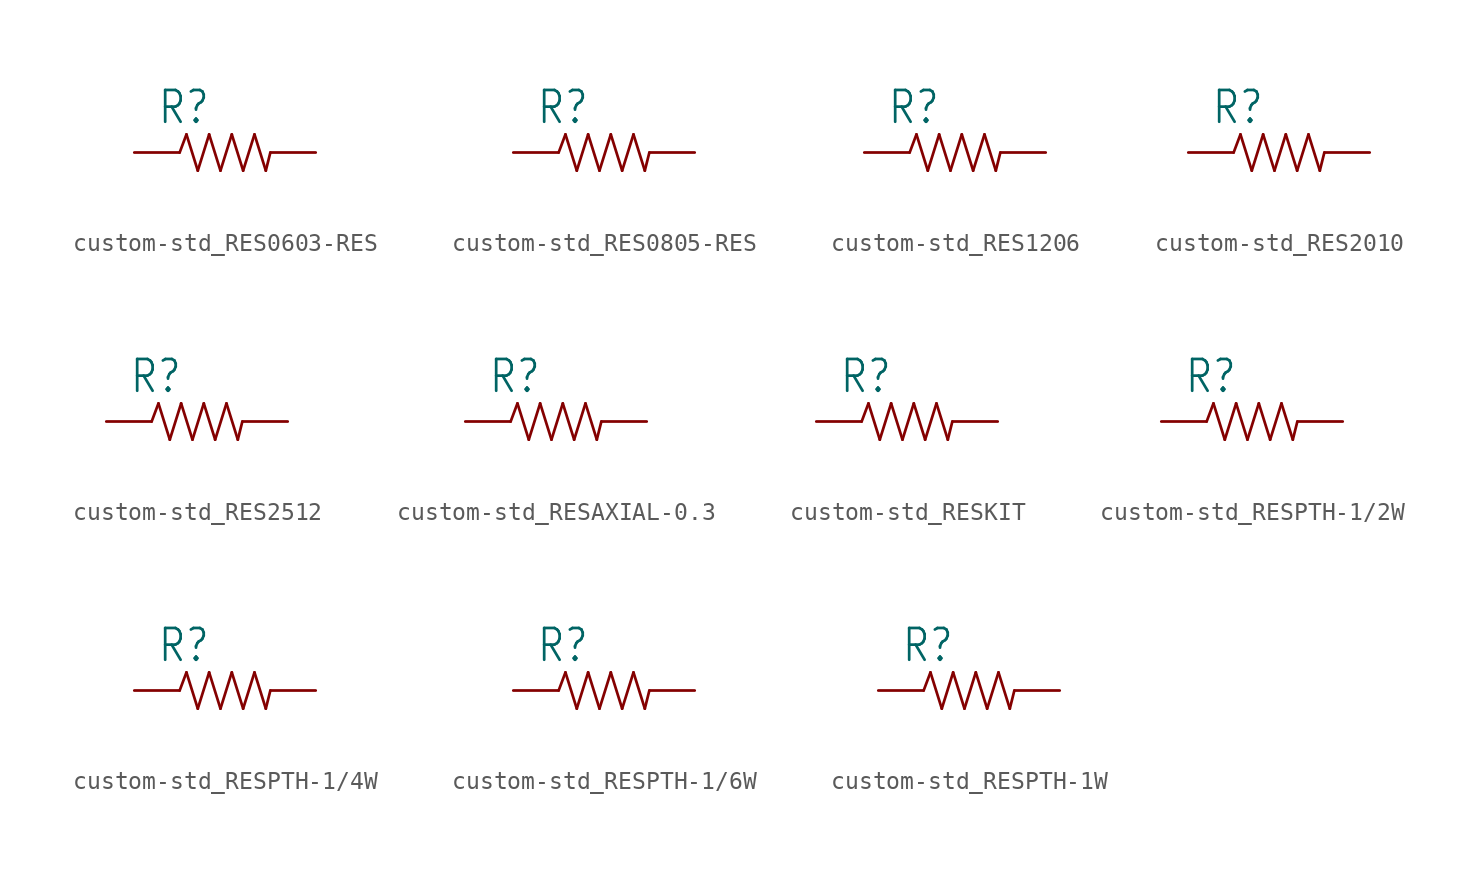
<source format=kicad_sym>
(kicad_symbol_lib
  (version 20220914)
  (generator kicad_symbol_editor)
  (symbol "custom-std_RES0603-RES"
    (property "Reference" "R"
      (at -3.81 1.499 0)
      (effects (font (size 1.778 1.511)) (justify left bottom)))
    (property "Value" ""
      (at -3.81 -3.302 0)
      (effects (font (size 1.778 1.511)) (justify left bottom)))
    (property "ki_locked" ""
      (at 0 0 0)
      (effects (font (size 1.27 1.27))))
    (symbol "custom-std_RES0603-RES_1_0"
      (polyline (pts (xy -2.54 0) (xy -2.159 1.016)) (stroke (width 0.152) (type solid)) (fill (type none)))
      (polyline (pts (xy -2.159 1.016) (xy -1.524 -1.016)) (stroke (width 0.152) (type solid)) (fill (type none)))
      (polyline (pts (xy -1.524 -1.016) (xy -0.889 1.016)) (stroke (width 0.152) (type solid)) (fill (type none)))
      (polyline (pts (xy -0.889 1.016) (xy -0.254 -1.016)) (stroke (width 0.152) (type solid)) (fill (type none)))
      (polyline (pts (xy -0.254 -1.016) (xy 0.381 1.016)) (stroke (width 0.152) (type solid)) (fill (type none)))
      (polyline (pts (xy 0.381 1.016) (xy 1.016 -1.016)) (stroke (width 0.152) (type solid)) (fill (type none)))
      (polyline (pts (xy 1.016 -1.016) (xy 1.651 1.016)) (stroke (width 0.152) (type solid)) (fill (type none)))
      (polyline (pts (xy 1.651 1.016) (xy 2.286 -1.016)) (stroke (width 0.152) (type solid)) (fill (type none)))
      (polyline (pts (xy 2.286 -1.016) (xy 2.54 0)) (stroke (width 0.152) (type solid)) (fill (type none)))
      (pin passive line (at -5.08 0 0) (length 2.54) (name "1" (effects (font (size 0 0)))) (number "1" (effects (font (size 0 0)))))
      (pin passive line (at 5.08 0 180) (length 2.54) (name "2" (effects (font (size 0 0)))) (number "2" (effects (font (size 0 0)))))))
  (symbol "custom-std_RES0805-RES"
    (property "Reference" "R"
      (at -3.81 1.499 0)
      (effects (font (size 1.778 1.511)) (justify left bottom)))
    (property "Value" ""
      (at -3.81 -3.302 0)
      (effects (font (size 1.778 1.511)) (justify left bottom)))
    (property "ki_locked" ""
      (at 0 0 0)
      (effects (font (size 1.27 1.27))))
    (symbol "custom-std_RES0805-RES_1_0"
      (polyline (pts (xy -2.54 0) (xy -2.159 1.016)) (stroke (width 0.152) (type solid)) (fill (type none)))
      (polyline (pts (xy -2.159 1.016) (xy -1.524 -1.016)) (stroke (width 0.152) (type solid)) (fill (type none)))
      (polyline (pts (xy -1.524 -1.016) (xy -0.889 1.016)) (stroke (width 0.152) (type solid)) (fill (type none)))
      (polyline (pts (xy -0.889 1.016) (xy -0.254 -1.016)) (stroke (width 0.152) (type solid)) (fill (type none)))
      (polyline (pts (xy -0.254 -1.016) (xy 0.381 1.016)) (stroke (width 0.152) (type solid)) (fill (type none)))
      (polyline (pts (xy 0.381 1.016) (xy 1.016 -1.016)) (stroke (width 0.152) (type solid)) (fill (type none)))
      (polyline (pts (xy 1.016 -1.016) (xy 1.651 1.016)) (stroke (width 0.152) (type solid)) (fill (type none)))
      (polyline (pts (xy 1.651 1.016) (xy 2.286 -1.016)) (stroke (width 0.152) (type solid)) (fill (type none)))
      (polyline (pts (xy 2.286 -1.016) (xy 2.54 0)) (stroke (width 0.152) (type solid)) (fill (type none)))
      (pin passive line (at -5.08 0 0) (length 2.54) (name "1" (effects (font (size 0 0)))) (number "1" (effects (font (size 0 0)))))
      (pin passive line (at 5.08 0 180) (length 2.54) (name "2" (effects (font (size 0 0)))) (number "2" (effects (font (size 0 0)))))))
  (symbol "custom-std_RES1206"
    (property "Reference" "R"
      (at -3.81 1.499 0)
      (effects (font (size 1.778 1.511)) (justify left bottom)))
    (property "Value" ""
      (at -3.81 -3.302 0)
      (effects (font (size 1.778 1.511)) (justify left bottom)))
    (property "ki_locked" ""
      (at 0 0 0)
      (effects (font (size 1.27 1.27))))
    (symbol "custom-std_RES1206_1_0"
      (polyline (pts (xy -2.54 0) (xy -2.159 1.016)) (stroke (width 0.152) (type solid)) (fill (type none)))
      (polyline (pts (xy -2.159 1.016) (xy -1.524 -1.016)) (stroke (width 0.152) (type solid)) (fill (type none)))
      (polyline (pts (xy -1.524 -1.016) (xy -0.889 1.016)) (stroke (width 0.152) (type solid)) (fill (type none)))
      (polyline (pts (xy -0.889 1.016) (xy -0.254 -1.016)) (stroke (width 0.152) (type solid)) (fill (type none)))
      (polyline (pts (xy -0.254 -1.016) (xy 0.381 1.016)) (stroke (width 0.152) (type solid)) (fill (type none)))
      (polyline (pts (xy 0.381 1.016) (xy 1.016 -1.016)) (stroke (width 0.152) (type solid)) (fill (type none)))
      (polyline (pts (xy 1.016 -1.016) (xy 1.651 1.016)) (stroke (width 0.152) (type solid)) (fill (type none)))
      (polyline (pts (xy 1.651 1.016) (xy 2.286 -1.016)) (stroke (width 0.152) (type solid)) (fill (type none)))
      (polyline (pts (xy 2.286 -1.016) (xy 2.54 0)) (stroke (width 0.152) (type solid)) (fill (type none)))
      (pin passive line (at -5.08 0 0) (length 2.54) (name "1" (effects (font (size 0 0)))) (number "1" (effects (font (size 0 0)))))
      (pin passive line (at 5.08 0 180) (length 2.54) (name "2" (effects (font (size 0 0)))) (number "2" (effects (font (size 0 0)))))))
  (symbol "custom-std_RES2010"
    (property "Reference" "R"
      (at -3.81 1.499 0)
      (effects (font (size 1.778 1.511)) (justify left bottom)))
    (property "Value" ""
      (at -3.81 -3.302 0)
      (effects (font (size 1.778 1.511)) (justify left bottom)))
    (property "ki_locked" ""
      (at 0 0 0)
      (effects (font (size 1.27 1.27))))
    (symbol "custom-std_RES2010_1_0"
      (polyline (pts (xy -2.54 0) (xy -2.159 1.016)) (stroke (width 0.152) (type solid)) (fill (type none)))
      (polyline (pts (xy -2.159 1.016) (xy -1.524 -1.016)) (stroke (width 0.152) (type solid)) (fill (type none)))
      (polyline (pts (xy -1.524 -1.016) (xy -0.889 1.016)) (stroke (width 0.152) (type solid)) (fill (type none)))
      (polyline (pts (xy -0.889 1.016) (xy -0.254 -1.016)) (stroke (width 0.152) (type solid)) (fill (type none)))
      (polyline (pts (xy -0.254 -1.016) (xy 0.381 1.016)) (stroke (width 0.152) (type solid)) (fill (type none)))
      (polyline (pts (xy 0.381 1.016) (xy 1.016 -1.016)) (stroke (width 0.152) (type solid)) (fill (type none)))
      (polyline (pts (xy 1.016 -1.016) (xy 1.651 1.016)) (stroke (width 0.152) (type solid)) (fill (type none)))
      (polyline (pts (xy 1.651 1.016) (xy 2.286 -1.016)) (stroke (width 0.152) (type solid)) (fill (type none)))
      (polyline (pts (xy 2.286 -1.016) (xy 2.54 0)) (stroke (width 0.152) (type solid)) (fill (type none)))
      (pin passive line (at -5.08 0 0) (length 2.54) (name "1" (effects (font (size 0 0)))) (number "1" (effects (font (size 0 0)))))
      (pin passive line (at 5.08 0 180) (length 2.54) (name "2" (effects (font (size 0 0)))) (number "2" (effects (font (size 0 0)))))))
  (symbol "custom-std_RES2512"
    (property "Reference" "R"
      (at -3.81 1.499 0)
      (effects (font (size 1.778 1.511)) (justify left bottom)))
    (property "Value" ""
      (at -3.81 -3.302 0)
      (effects (font (size 1.778 1.511)) (justify left bottom)))
    (property "ki_locked" ""
      (at 0 0 0)
      (effects (font (size 1.27 1.27))))
    (symbol "custom-std_RES2512_1_0"
      (polyline (pts (xy -2.54 0) (xy -2.159 1.016)) (stroke (width 0.152) (type solid)) (fill (type none)))
      (polyline (pts (xy -2.159 1.016) (xy -1.524 -1.016)) (stroke (width 0.152) (type solid)) (fill (type none)))
      (polyline (pts (xy -1.524 -1.016) (xy -0.889 1.016)) (stroke (width 0.152) (type solid)) (fill (type none)))
      (polyline (pts (xy -0.889 1.016) (xy -0.254 -1.016)) (stroke (width 0.152) (type solid)) (fill (type none)))
      (polyline (pts (xy -0.254 -1.016) (xy 0.381 1.016)) (stroke (width 0.152) (type solid)) (fill (type none)))
      (polyline (pts (xy 0.381 1.016) (xy 1.016 -1.016)) (stroke (width 0.152) (type solid)) (fill (type none)))
      (polyline (pts (xy 1.016 -1.016) (xy 1.651 1.016)) (stroke (width 0.152) (type solid)) (fill (type none)))
      (polyline (pts (xy 1.651 1.016) (xy 2.286 -1.016)) (stroke (width 0.152) (type solid)) (fill (type none)))
      (polyline (pts (xy 2.286 -1.016) (xy 2.54 0)) (stroke (width 0.152) (type solid)) (fill (type none)))
      (pin passive line (at -5.08 0 0) (length 2.54) (name "1" (effects (font (size 0 0)))) (number "1" (effects (font (size 0 0)))))
      (pin passive line (at 5.08 0 180) (length 2.54) (name "2" (effects (font (size 0 0)))) (number "2" (effects (font (size 0 0)))))))
  (symbol "custom-std_RESAXIAL-0.3"
    (property "Reference" "R"
      (at -3.81 1.499 0)
      (effects (font (size 1.778 1.511)) (justify left bottom)))
    (property "Value" ""
      (at -3.81 -3.302 0)
      (effects (font (size 1.778 1.511)) (justify left bottom)))
    (property "ki_locked" ""
      (at 0 0 0)
      (effects (font (size 1.27 1.27))))
    (symbol "custom-std_RESAXIAL-0.3_1_0"
      (polyline (pts (xy -2.54 0) (xy -2.159 1.016)) (stroke (width 0.152) (type solid)) (fill (type none)))
      (polyline (pts (xy -2.159 1.016) (xy -1.524 -1.016)) (stroke (width 0.152) (type solid)) (fill (type none)))
      (polyline (pts (xy -1.524 -1.016) (xy -0.889 1.016)) (stroke (width 0.152) (type solid)) (fill (type none)))
      (polyline (pts (xy -0.889 1.016) (xy -0.254 -1.016)) (stroke (width 0.152) (type solid)) (fill (type none)))
      (polyline (pts (xy -0.254 -1.016) (xy 0.381 1.016)) (stroke (width 0.152) (type solid)) (fill (type none)))
      (polyline (pts (xy 0.381 1.016) (xy 1.016 -1.016)) (stroke (width 0.152) (type solid)) (fill (type none)))
      (polyline (pts (xy 1.016 -1.016) (xy 1.651 1.016)) (stroke (width 0.152) (type solid)) (fill (type none)))
      (polyline (pts (xy 1.651 1.016) (xy 2.286 -1.016)) (stroke (width 0.152) (type solid)) (fill (type none)))
      (polyline (pts (xy 2.286 -1.016) (xy 2.54 0)) (stroke (width 0.152) (type solid)) (fill (type none)))
      (pin passive line (at -5.08 0 0) (length 2.54) (name "1" (effects (font (size 0 0)))) (number "P$1" (effects (font (size 0 0)))))
      (pin passive line (at 5.08 0 180) (length 2.54) (name "2" (effects (font (size 0 0)))) (number "P$2" (effects (font (size 0 0)))))))
  (symbol "custom-std_RESKIT"
    (property "Reference" "R"
      (at -3.81 1.499 0)
      (effects (font (size 1.778 1.511)) (justify left bottom)))
    (property "Value" ""
      (at -3.81 -3.302 0)
      (effects (font (size 1.778 1.511)) (justify left bottom)))
    (property "ki_locked" ""
      (at 0 0 0)
      (effects (font (size 1.27 1.27))))
    (symbol "custom-std_RESKIT_1_0"
      (polyline (pts (xy -2.54 0) (xy -2.159 1.016)) (stroke (width 0.152) (type solid)) (fill (type none)))
      (polyline (pts (xy -2.159 1.016) (xy -1.524 -1.016)) (stroke (width 0.152) (type solid)) (fill (type none)))
      (polyline (pts (xy -1.524 -1.016) (xy -0.889 1.016)) (stroke (width 0.152) (type solid)) (fill (type none)))
      (polyline (pts (xy -0.889 1.016) (xy -0.254 -1.016)) (stroke (width 0.152) (type solid)) (fill (type none)))
      (polyline (pts (xy -0.254 -1.016) (xy 0.381 1.016)) (stroke (width 0.152) (type solid)) (fill (type none)))
      (polyline (pts (xy 0.381 1.016) (xy 1.016 -1.016)) (stroke (width 0.152) (type solid)) (fill (type none)))
      (polyline (pts (xy 1.016 -1.016) (xy 1.651 1.016)) (stroke (width 0.152) (type solid)) (fill (type none)))
      (polyline (pts (xy 1.651 1.016) (xy 2.286 -1.016)) (stroke (width 0.152) (type solid)) (fill (type none)))
      (polyline (pts (xy 2.286 -1.016) (xy 2.54 0)) (stroke (width 0.152) (type solid)) (fill (type none)))
      (pin passive line (at -5.08 0 0) (length 2.54) (name "1" (effects (font (size 0 0)))) (number "P$1" (effects (font (size 0 0)))))
      (pin passive line (at 5.08 0 180) (length 2.54) (name "2" (effects (font (size 0 0)))) (number "P$2" (effects (font (size 0 0)))))))
  (symbol "custom-std_RESPTH-1/2W"
    (property "Reference" "R"
      (at -3.81 1.499 0)
      (effects (font (size 1.778 1.511)) (justify left bottom)))
    (property "Value" ""
      (at -3.81 -3.302 0)
      (effects (font (size 1.778 1.511)) (justify left bottom)))
    (property "ki_locked" ""
      (at 0 0 0)
      (effects (font (size 1.27 1.27))))
    (symbol "custom-std_RESPTH-1/2W_1_0"
      (polyline (pts (xy -2.54 0) (xy -2.159 1.016)) (stroke (width 0.152) (type solid)) (fill (type none)))
      (polyline (pts (xy -2.159 1.016) (xy -1.524 -1.016)) (stroke (width 0.152) (type solid)) (fill (type none)))
      (polyline (pts (xy -1.524 -1.016) (xy -0.889 1.016)) (stroke (width 0.152) (type solid)) (fill (type none)))
      (polyline (pts (xy -0.889 1.016) (xy -0.254 -1.016)) (stroke (width 0.152) (type solid)) (fill (type none)))
      (polyline (pts (xy -0.254 -1.016) (xy 0.381 1.016)) (stroke (width 0.152) (type solid)) (fill (type none)))
      (polyline (pts (xy 0.381 1.016) (xy 1.016 -1.016)) (stroke (width 0.152) (type solid)) (fill (type none)))
      (polyline (pts (xy 1.016 -1.016) (xy 1.651 1.016)) (stroke (width 0.152) (type solid)) (fill (type none)))
      (polyline (pts (xy 1.651 1.016) (xy 2.286 -1.016)) (stroke (width 0.152) (type solid)) (fill (type none)))
      (polyline (pts (xy 2.286 -1.016) (xy 2.54 0)) (stroke (width 0.152) (type solid)) (fill (type none)))
      (pin passive line (at -5.08 0 0) (length 2.54) (name "1" (effects (font (size 0 0)))) (number "P$1" (effects (font (size 0 0)))))
      (pin passive line (at 5.08 0 180) (length 2.54) (name "2" (effects (font (size 0 0)))) (number "P$2" (effects (font (size 0 0)))))))
  (symbol "custom-std_RESPTH-1/4W"
    (property "Reference" "R"
      (at -3.81 1.499 0)
      (effects (font (size 1.778 1.511)) (justify left bottom)))
    (property "Value" ""
      (at -3.81 -3.302 0)
      (effects (font (size 1.778 1.511)) (justify left bottom)))
    (property "ki_locked" ""
      (at 0 0 0)
      (effects (font (size 1.27 1.27))))
    (symbol "custom-std_RESPTH-1/4W_1_0"
      (polyline (pts (xy -2.54 0) (xy -2.159 1.016)) (stroke (width 0.152) (type solid)) (fill (type none)))
      (polyline (pts (xy -2.159 1.016) (xy -1.524 -1.016)) (stroke (width 0.152) (type solid)) (fill (type none)))
      (polyline (pts (xy -1.524 -1.016) (xy -0.889 1.016)) (stroke (width 0.152) (type solid)) (fill (type none)))
      (polyline (pts (xy -0.889 1.016) (xy -0.254 -1.016)) (stroke (width 0.152) (type solid)) (fill (type none)))
      (polyline (pts (xy -0.254 -1.016) (xy 0.381 1.016)) (stroke (width 0.152) (type solid)) (fill (type none)))
      (polyline (pts (xy 0.381 1.016) (xy 1.016 -1.016)) (stroke (width 0.152) (type solid)) (fill (type none)))
      (polyline (pts (xy 1.016 -1.016) (xy 1.651 1.016)) (stroke (width 0.152) (type solid)) (fill (type none)))
      (polyline (pts (xy 1.651 1.016) (xy 2.286 -1.016)) (stroke (width 0.152) (type solid)) (fill (type none)))
      (polyline (pts (xy 2.286 -1.016) (xy 2.54 0)) (stroke (width 0.152) (type solid)) (fill (type none)))
      (pin passive line (at -5.08 0 0) (length 2.54) (name "1" (effects (font (size 0 0)))) (number "P$1" (effects (font (size 0 0)))))
      (pin passive line (at 5.08 0 180) (length 2.54) (name "2" (effects (font (size 0 0)))) (number "P$2" (effects (font (size 0 0)))))))
  (symbol "custom-std_RESPTH-1/6W"
    (property "Reference" "R"
      (at -3.81 1.499 0)
      (effects (font (size 1.778 1.511)) (justify left bottom)))
    (property "Value" ""
      (at -3.81 -3.302 0)
      (effects (font (size 1.778 1.511)) (justify left bottom)))
    (property "ki_locked" ""
      (at 0 0 0)
      (effects (font (size 1.27 1.27))))
    (symbol "custom-std_RESPTH-1/6W_1_0"
      (polyline (pts (xy -2.54 0) (xy -2.159 1.016)) (stroke (width 0.152) (type solid)) (fill (type none)))
      (polyline (pts (xy -2.159 1.016) (xy -1.524 -1.016)) (stroke (width 0.152) (type solid)) (fill (type none)))
      (polyline (pts (xy -1.524 -1.016) (xy -0.889 1.016)) (stroke (width 0.152) (type solid)) (fill (type none)))
      (polyline (pts (xy -0.889 1.016) (xy -0.254 -1.016)) (stroke (width 0.152) (type solid)) (fill (type none)))
      (polyline (pts (xy -0.254 -1.016) (xy 0.381 1.016)) (stroke (width 0.152) (type solid)) (fill (type none)))
      (polyline (pts (xy 0.381 1.016) (xy 1.016 -1.016)) (stroke (width 0.152) (type solid)) (fill (type none)))
      (polyline (pts (xy 1.016 -1.016) (xy 1.651 1.016)) (stroke (width 0.152) (type solid)) (fill (type none)))
      (polyline (pts (xy 1.651 1.016) (xy 2.286 -1.016)) (stroke (width 0.152) (type solid)) (fill (type none)))
      (polyline (pts (xy 2.286 -1.016) (xy 2.54 0)) (stroke (width 0.152) (type solid)) (fill (type none)))
      (pin passive line (at -5.08 0 0) (length 2.54) (name "1" (effects (font (size 0 0)))) (number "1" (effects (font (size 0 0)))))
      (pin passive line (at 5.08 0 180) (length 2.54) (name "2" (effects (font (size 0 0)))) (number "2" (effects (font (size 0 0)))))))
  (symbol "custom-std_RESPTH-1W"
    (property "Reference" "R"
      (at -3.81 1.499 0)
      (effects (font (size 1.778 1.511)) (justify left bottom)))
    (property "Value" ""
      (at -3.81 -3.302 0)
      (effects (font (size 1.778 1.511)) (justify left bottom)))
    (property "ki_locked" ""
      (at 0 0 0)
      (effects (font (size 1.27 1.27))))
    (symbol "custom-std_RESPTH-1W_1_0"
      (polyline (pts (xy -2.54 0) (xy -2.159 1.016)) (stroke (width 0.152) (type solid)) (fill (type none)))
      (polyline (pts (xy -2.159 1.016) (xy -1.524 -1.016)) (stroke (width 0.152) (type solid)) (fill (type none)))
      (polyline (pts (xy -1.524 -1.016) (xy -0.889 1.016)) (stroke (width 0.152) (type solid)) (fill (type none)))
      (polyline (pts (xy -0.889 1.016) (xy -0.254 -1.016)) (stroke (width 0.152) (type solid)) (fill (type none)))
      (polyline (pts (xy -0.254 -1.016) (xy 0.381 1.016)) (stroke (width 0.152) (type solid)) (fill (type none)))
      (polyline (pts (xy 0.381 1.016) (xy 1.016 -1.016)) (stroke (width 0.152) (type solid)) (fill (type none)))
      (polyline (pts (xy 1.016 -1.016) (xy 1.651 1.016)) (stroke (width 0.152) (type solid)) (fill (type none)))
      (polyline (pts (xy 1.651 1.016) (xy 2.286 -1.016)) (stroke (width 0.152) (type solid)) (fill (type none)))
      (polyline (pts (xy 2.286 -1.016) (xy 2.54 0)) (stroke (width 0.152) (type solid)) (fill (type none)))
      (pin passive line (at -5.08 0 0) (length 2.54) (name "1" (effects (font (size 0 0)))) (number "P$1" (effects (font (size 0 0)))))
      (pin passive line (at 5.08 0 180) (length 2.54) (name "2" (effects (font (size 0 0)))) (number "P$2" (effects (font (size 0 0))))))))
</source>
